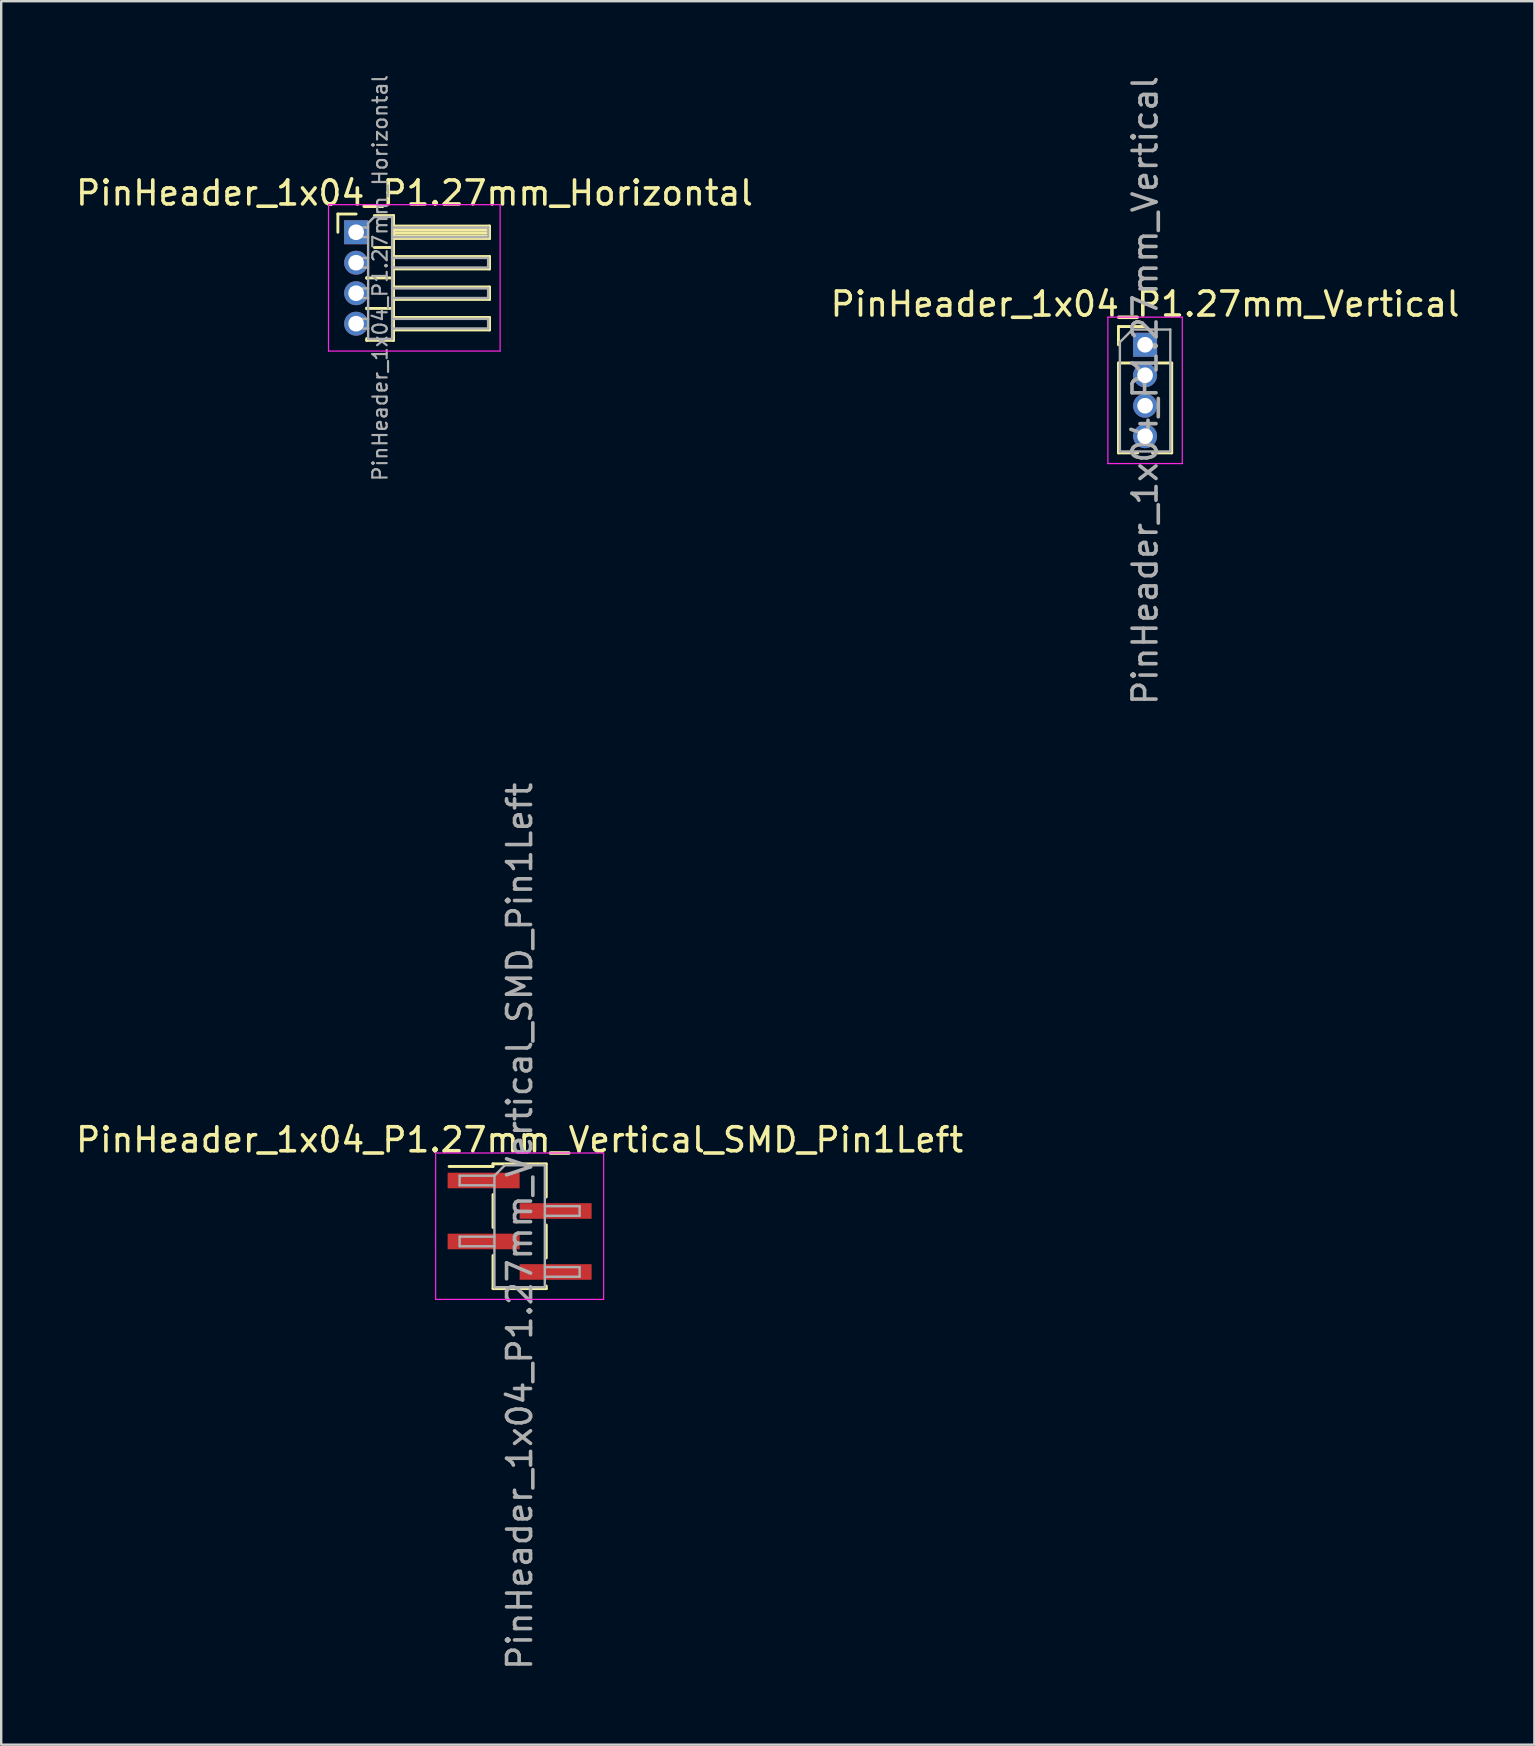
<source format=kicad_pcb>
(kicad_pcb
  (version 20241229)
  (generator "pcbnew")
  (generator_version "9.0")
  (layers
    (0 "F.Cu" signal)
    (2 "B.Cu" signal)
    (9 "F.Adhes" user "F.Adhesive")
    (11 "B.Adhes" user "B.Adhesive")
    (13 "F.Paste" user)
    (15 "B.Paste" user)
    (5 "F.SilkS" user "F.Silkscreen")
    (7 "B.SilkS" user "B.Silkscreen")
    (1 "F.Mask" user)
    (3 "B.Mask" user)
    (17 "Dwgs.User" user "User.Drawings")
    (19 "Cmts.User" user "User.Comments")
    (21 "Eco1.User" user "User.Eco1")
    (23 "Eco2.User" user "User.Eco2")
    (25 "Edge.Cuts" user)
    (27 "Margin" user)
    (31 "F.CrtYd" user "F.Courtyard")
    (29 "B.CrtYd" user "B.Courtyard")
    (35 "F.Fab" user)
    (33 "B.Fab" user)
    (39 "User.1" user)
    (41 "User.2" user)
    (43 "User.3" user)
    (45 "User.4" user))
  (footprint "PinHeader_1x04_P1.27mm_Vertical"
    (layer "F.Cu")
    (at 44.661 11.315)
    (property "Reference" "PinHeader_1x04_P1.27mm_Vertical" (at 0 -1.695 0) (layer "F.SilkS") (effects (font (size 1 1) (thickness 0.15))))
    (attr through_hole)
    (fp_line (start -1.11 -0.76) (end 0 -0.76) (stroke (width 0.12) (type solid)) (layer "F.SilkS"))
    (fp_line (start -1.11 0) (end -1.11 -0.76) (stroke (width 0.12) (type solid)) (layer "F.SilkS"))
    (fp_line (start -1.11 0.76) (end -1.11 4.505) (stroke (width 0.12) (type solid)) (layer "F.SilkS"))
    (fp_line (start -1.11 0.76) (end -0.563 0.76) (stroke (width 0.12) (type solid)) (layer "F.SilkS"))
    (fp_line (start -1.11 4.505) (end -0.308 4.505) (stroke (width 0.12) (type solid)) (layer "F.SilkS"))
    (fp_line (start 0.308 4.505) (end 1.11 4.505) (stroke (width 0.12) (type solid)) (layer "F.SilkS"))
    (fp_line (start 0.563 0.76) (end 1.11 0.76) (stroke (width 0.12) (type solid)) (layer "F.SilkS"))
    (fp_line (start 1.11 0.76) (end 1.11 4.505) (stroke (width 0.12) (type solid)) (layer "F.SilkS"))
    (fp_line (start -1.55 -1.15) (end -1.55 4.95) (stroke (width 0.05) (type solid)) (layer "F.CrtYd"))
    (fp_line (start -1.55 4.95) (end 1.55 4.95) (stroke (width 0.05) (type solid)) (layer "F.CrtYd"))
    (fp_line (start 1.55 -1.15) (end -1.55 -1.15) (stroke (width 0.05) (type solid)) (layer "F.CrtYd"))
    (fp_line (start 1.55 4.95) (end 1.55 -1.15) (stroke (width 0.05) (type solid)) (layer "F.CrtYd"))
    (fp_line (start -1.05 -0.11) (end -0.525 -0.635) (stroke (width 0.1) (type solid)) (layer "F.Fab"))
    (fp_line (start -1.05 4.445) (end -1.05 -0.11) (stroke (width 0.1) (type solid)) (layer "F.Fab"))
    (fp_line (start -0.525 -0.635) (end 1.05 -0.635) (stroke (width 0.1) (type solid)) (layer "F.Fab"))
    (fp_line (start 1.05 -0.635) (end 1.05 4.445) (stroke (width 0.1) (type solid)) (layer "F.Fab"))
    (fp_line (start 1.05 4.445) (end -1.05 4.445) (stroke (width 0.1) (type solid)) (layer "F.Fab"))
    (fp_text user "${REFERENCE}" (at 0 1.905 90) (layer "F.Fab") (effects (font (size 1 1) (thickness 0.15))))
    (pad "1" thru_hole rect (at 0 0) (size 1 1) (drill 0.65) (layers "*.Cu" "*.Mask"))
    (pad "2" thru_hole oval (at 0 1.27) (size 1 1) (drill 0.65) (layers "*.Cu" "*.Mask"))
    (pad "3" thru_hole oval (at 0 2.54) (size 1 1) (drill 0.65) (layers "*.Cu" "*.Mask"))
    (pad "4" thru_hole oval (at 0 3.81) (size 1 1) (drill 0.65) (layers "*.Cu" "*.Mask")))
  (footprint "PinHeader_1x04_P1.27mm_Vertical_SMD_Pin1Left"
    (layer "F.Cu")
    (at 18.601 48.042)
    (property "Reference" "PinHeader_1x04_P1.27mm_Vertical_SMD_Pin1Left" (at 0 -3.6 0) (layer "F.SilkS") (effects (font (size 1 1) (thickness 0.15))))
    (attr smd)
    (fp_line (start -1.11 -2.6) (end -1.11 -2.49) (stroke (width 0.12) (type solid)) (layer "F.SilkS"))
    (fp_line (start -1.11 -2.6) (end 1.11 -2.6) (stroke (width 0.12) (type solid)) (layer "F.SilkS"))
    (fp_line (start -1.11 -2.49) (end -2.94 -2.49) (stroke (width 0.12) (type solid)) (layer "F.SilkS"))
    (fp_line (start -1.11 -1.32) (end -1.11 0.05) (stroke (width 0.12) (type solid)) (layer "F.SilkS"))
    (fp_line (start -1.11 1.22) (end -1.11 2.59) (stroke (width 0.12) (type solid)) (layer "F.SilkS"))
    (fp_line (start -1.11 2.6) (end 1.11 2.6) (stroke (width 0.12) (type solid)) (layer "F.SilkS"))
    (fp_line (start 1.11 -2.59) (end 1.11 -1.22) (stroke (width 0.12) (type solid)) (layer "F.SilkS"))
    (fp_line (start 1.11 -0.05) (end 1.11 1.32) (stroke (width 0.12) (type solid)) (layer "F.SilkS"))
    (fp_line (start 1.11 2.49) (end 1.11 2.6) (stroke (width 0.12) (type solid)) (layer "F.SilkS"))
    (fp_line (start -3.5 -3.05) (end -3.5 3.05) (stroke (width 0.05) (type solid)) (layer "F.CrtYd"))
    (fp_line (start -3.5 3.05) (end 3.5 3.05) (stroke (width 0.05) (type solid)) (layer "F.CrtYd"))
    (fp_line (start 3.5 -3.05) (end -3.5 -3.05) (stroke (width 0.05) (type solid)) (layer "F.CrtYd"))
    (fp_line (start 3.5 3.05) (end 3.5 -3.05) (stroke (width 0.05) (type solid)) (layer "F.CrtYd"))
    (fp_line (start -2.5 -2.105) (end -2.5 -1.705) (stroke (width 0.1) (type solid)) (layer "F.Fab"))
    (fp_line (start -2.5 -1.705) (end -1.05 -1.705) (stroke (width 0.1) (type solid)) (layer "F.Fab"))
    (fp_line (start -2.5 0.435) (end -2.5 0.835) (stroke (width 0.1) (type solid)) (layer "F.Fab"))
    (fp_line (start -2.5 0.835) (end -1.05 0.835) (stroke (width 0.1) (type solid)) (layer "F.Fab"))
    (fp_line (start -1.05 -2.105) (end -2.5 -2.105) (stroke (width 0.1) (type solid)) (layer "F.Fab"))
    (fp_line (start -1.05 -2.105) (end -0.615 -2.54) (stroke (width 0.1) (type solid)) (layer "F.Fab"))
    (fp_line (start -1.05 0.435) (end -2.5 0.435) (stroke (width 0.1) (type solid)) (layer "F.Fab"))
    (fp_line (start -1.05 2.54) (end -1.05 -2.105) (stroke (width 0.1) (type solid)) (layer "F.Fab"))
    (fp_line (start -0.615 -2.54) (end 1.05 -2.54) (stroke (width 0.1) (type solid)) (layer "F.Fab"))
    (fp_line (start 1.05 -2.54) (end 1.05 2.54) (stroke (width 0.1) (type solid)) (layer "F.Fab"))
    (fp_line (start 1.05 -0.835) (end 2.5 -0.835) (stroke (width 0.1) (type solid)) (layer "F.Fab"))
    (fp_line (start 1.05 1.705) (end 2.5 1.705) (stroke (width 0.1) (type solid)) (layer "F.Fab"))
    (fp_line (start 1.05 2.54) (end -1.05 2.54) (stroke (width 0.1) (type solid)) (layer "F.Fab"))
    (fp_line (start 2.5 -0.835) (end 2.5 -0.435) (stroke (width 0.1) (type solid)) (layer "F.Fab"))
    (fp_line (start 2.5 -0.435) (end 1.05 -0.435) (stroke (width 0.1) (type solid)) (layer "F.Fab"))
    (fp_line (start 2.5 1.705) (end 2.5 2.105) (stroke (width 0.1) (type solid)) (layer "F.Fab"))
    (fp_line (start 2.5 2.105) (end 1.05 2.105) (stroke (width 0.1) (type solid)) (layer "F.Fab"))
    (fp_text user "${REFERENCE}" (at 0 0 90) (layer "F.Fab") (effects (font (size 1 1) (thickness 0.15))))
    (pad "1" smd rect (at -1.5 -1.905) (size 3 0.65) (layers "F.Cu" "F.Mask" "F.Paste"))
    (pad "2" smd rect (at 1.5 -0.635) (size 3 0.65) (layers "F.Cu" "F.Mask" "F.Paste"))
    (pad "3" smd rect (at -1.5 0.635) (size 3 0.65) (layers "F.Cu" "F.Mask" "F.Paste"))
    (pad "4" smd rect (at 1.5 1.905) (size 3 0.65) (layers "F.Cu" "F.Mask" "F.Paste")))
  (footprint "PinHeader_1x04_P1.27mm_Horizontal"
    (layer "F.Cu")
    (at 11.788 6.627)
    (property "Reference" "PinHeader_1x04_P1.27mm_Horizontal" (at 2.433 -1.635 0) (layer "F.SilkS") (effects (font (size 1 1) (thickness 0.15))))
    (attr through_hole)
    (fp_line (start -0.76 -0.76) (end 0 -0.76) (stroke (width 0.12) (type solid)) (layer "F.SilkS"))
    (fp_line (start -0.76 0) (end -0.76 -0.76) (stroke (width 0.12) (type solid)) (layer "F.SilkS"))
    (fp_line (start 0.44 1.89) (end 0.44 1.92) (stroke (width 0.12) (type solid)) (layer "F.SilkS"))
    (fp_line (start 0.44 1.905) (end 1.56 1.905) (stroke (width 0.12) (type solid)) (layer "F.SilkS"))
    (fp_line (start 0.44 3.16) (end 0.44 3.19) (stroke (width 0.12) (type solid)) (layer "F.SilkS"))
    (fp_line (start 0.44 3.175) (end 1.56 3.175) (stroke (width 0.12) (type solid)) (layer "F.SilkS"))
    (fp_line (start 0.44 4.505) (end 0.44 4.43) (stroke (width 0.12) (type solid)) (layer "F.SilkS"))
    (fp_line (start 0.76 -0.695) (end 1.56 -0.695) (stroke (width 0.12) (type solid)) (layer "F.SilkS"))
    (fp_line (start 0.76 0.635) (end 1.56 0.635) (stroke (width 0.12) (type solid)) (layer "F.SilkS"))
    (fp_line (start 1.56 -0.695) (end 1.56 4.505) (stroke (width 0.12) (type solid)) (layer "F.SilkS"))
    (fp_line (start 1.56 -0.26) (end 5.56 -0.26) (stroke (width 0.12) (type solid)) (layer "F.SilkS"))
    (fp_line (start 1.56 -0.2) (end 5.56 -0.2) (stroke (width 0.12) (type solid)) (layer "F.SilkS"))
    (fp_line (start 1.56 -0.08) (end 5.56 -0.08) (stroke (width 0.12) (type solid)) (layer "F.SilkS"))
    (fp_line (start 1.56 0.04) (end 5.56 0.04) (stroke (width 0.12) (type solid)) (layer "F.SilkS"))
    (fp_line (start 1.56 0.16) (end 5.56 0.16) (stroke (width 0.12) (type solid)) (layer "F.SilkS"))
    (fp_line (start 1.56 1.01) (end 5.56 1.01) (stroke (width 0.12) (type solid)) (layer "F.SilkS"))
    (fp_line (start 1.56 2.28) (end 5.56 2.28) (stroke (width 0.12) (type solid)) (layer "F.SilkS"))
    (fp_line (start 1.56 3.55) (end 5.56 3.55) (stroke (width 0.12) (type solid)) (layer "F.SilkS"))
    (fp_line (start 1.56 4.505) (end 0.44 4.505) (stroke (width 0.12) (type solid)) (layer "F.SilkS"))
    (fp_line (start 5.56 -0.26) (end 5.56 0.26) (stroke (width 0.12) (type solid)) (layer "F.SilkS"))
    (fp_line (start 5.56 0.26) (end 1.56 0.26) (stroke (width 0.12) (type solid)) (layer "F.SilkS"))
    (fp_line (start 5.56 1.01) (end 5.56 1.53) (stroke (width 0.12) (type solid)) (layer "F.SilkS"))
    (fp_line (start 5.56 1.53) (end 1.56 1.53) (stroke (width 0.12) (type solid)) (layer "F.SilkS"))
    (fp_line (start 5.56 2.28) (end 5.56 2.8) (stroke (width 0.12) (type solid)) (layer "F.SilkS"))
    (fp_line (start 5.56 2.8) (end 1.56 2.8) (stroke (width 0.12) (type solid)) (layer "F.SilkS"))
    (fp_line (start 5.56 3.55) (end 5.56 4.07) (stroke (width 0.12) (type solid)) (layer "F.SilkS"))
    (fp_line (start 5.56 4.07) (end 1.56 4.07) (stroke (width 0.12) (type solid)) (layer "F.SilkS"))
    (fp_line (start -1.15 -1.15) (end -1.15 4.95) (stroke (width 0.05) (type solid)) (layer "F.CrtYd"))
    (fp_line (start -1.15 4.95) (end 6 4.95) (stroke (width 0.05) (type solid)) (layer "F.CrtYd"))
    (fp_line (start 6 -1.15) (end -1.15 -1.15) (stroke (width 0.05) (type solid)) (layer "F.CrtYd"))
    (fp_line (start 6 4.95) (end 6 -1.15) (stroke (width 0.05) (type solid)) (layer "F.CrtYd"))
    (fp_line (start -0.2 -0.2) (end -0.2 0.2) (stroke (width 0.1) (type solid)) (layer "F.Fab"))
    (fp_line (start -0.2 -0.2) (end 0.5 -0.2) (stroke (width 0.1) (type solid)) (layer "F.Fab"))
    (fp_line (start -0.2 0.2) (end 0.5 0.2) (stroke (width 0.1) (type solid)) (layer "F.Fab"))
    (fp_line (start -0.2 1.07) (end -0.2 1.47) (stroke (width 0.1) (type solid)) (layer "F.Fab"))
    (fp_line (start -0.2 1.07) (end 0.5 1.07) (stroke (width 0.1) (type solid)) (layer "F.Fab"))
    (fp_line (start -0.2 1.47) (end 0.5 1.47) (stroke (width 0.1) (type solid)) (layer "F.Fab"))
    (fp_line (start -0.2 2.34) (end -0.2 2.74) (stroke (width 0.1) (type solid)) (layer "F.Fab"))
    (fp_line (start -0.2 2.34) (end 0.5 2.34) (stroke (width 0.1) (type solid)) (layer "F.Fab"))
    (fp_line (start -0.2 2.74) (end 0.5 2.74) (stroke (width 0.1) (type solid)) (layer "F.Fab"))
    (fp_line (start -0.2 3.61) (end -0.2 4.01) (stroke (width 0.1) (type solid)) (layer "F.Fab"))
    (fp_line (start -0.2 3.61) (end 0.5 3.61) (stroke (width 0.1) (type solid)) (layer "F.Fab"))
    (fp_line (start -0.2 4.01) (end 0.5 4.01) (stroke (width 0.1) (type solid)) (layer "F.Fab"))
    (fp_line (start 0.5 -0.385) (end 0.75 -0.635) (stroke (width 0.1) (type solid)) (layer "F.Fab"))
    (fp_line (start 0.5 4.445) (end 0.5 -0.385) (stroke (width 0.1) (type solid)) (layer "F.Fab"))
    (fp_line (start 0.75 -0.635) (end 1.5 -0.635) (stroke (width 0.1) (type solid)) (layer "F.Fab"))
    (fp_line (start 1.5 -0.635) (end 1.5 4.445) (stroke (width 0.1) (type solid)) (layer "F.Fab"))
    (fp_line (start 1.5 -0.2) (end 5.5 -0.2) (stroke (width 0.1) (type solid)) (layer "F.Fab"))
    (fp_line (start 1.5 0.2) (end 5.5 0.2) (stroke (width 0.1) (type solid)) (layer "F.Fab"))
    (fp_line (start 1.5 1.07) (end 5.5 1.07) (stroke (width 0.1) (type solid)) (layer "F.Fab"))
    (fp_line (start 1.5 1.47) (end 5.5 1.47) (stroke (width 0.1) (type solid)) (layer "F.Fab"))
    (fp_line (start 1.5 2.34) (end 5.5 2.34) (stroke (width 0.1) (type solid)) (layer "F.Fab"))
    (fp_line (start 1.5 2.74) (end 5.5 2.74) (stroke (width 0.1) (type solid)) (layer "F.Fab"))
    (fp_line (start 1.5 3.61) (end 5.5 3.61) (stroke (width 0.1) (type solid)) (layer "F.Fab"))
    (fp_line (start 1.5 4.01) (end 5.5 4.01) (stroke (width 0.1) (type solid)) (layer "F.Fab"))
    (fp_line (start 1.5 4.445) (end 0.5 4.445) (stroke (width 0.1) (type solid)) (layer "F.Fab"))
    (fp_line (start 5.5 -0.2) (end 5.5 0.2) (stroke (width 0.1) (type solid)) (layer "F.Fab"))
    (fp_line (start 5.5 1.07) (end 5.5 1.47) (stroke (width 0.1) (type solid)) (layer "F.Fab"))
    (fp_line (start 5.5 2.34) (end 5.5 2.74) (stroke (width 0.1) (type solid)) (layer "F.Fab"))
    (fp_line (start 5.5 3.61) (end 5.5 4.01) (stroke (width 0.1) (type solid)) (layer "F.Fab"))
    (fp_text user "${REFERENCE}" (at 1 1.905 90) (layer "F.Fab") (effects (font (size 0.6 0.6) (thickness 0.09))))
    (pad "1" thru_hole rect (at 0 0) (size 1 1) (drill 0.65) (layers "*.Cu" "*.Mask"))
    (pad "2" thru_hole oval (at 0 1.27) (size 1 1) (drill 0.65) (layers "*.Cu" "*.Mask"))
    (pad "3" thru_hole oval (at 0 2.54) (size 1 1) (drill 0.65) (layers "*.Cu" "*.Mask"))
    (pad "4" thru_hole oval (at 0 3.81) (size 1 1) (drill 0.65) (layers "*.Cu" "*.Mask")))
  (gr_rect
    (start -3 -3)
    (end 60.881 69.643)
    (stroke (width 0.1) (type default))
    (fill no)
    (layer "Edge.Cuts")))
</source>
